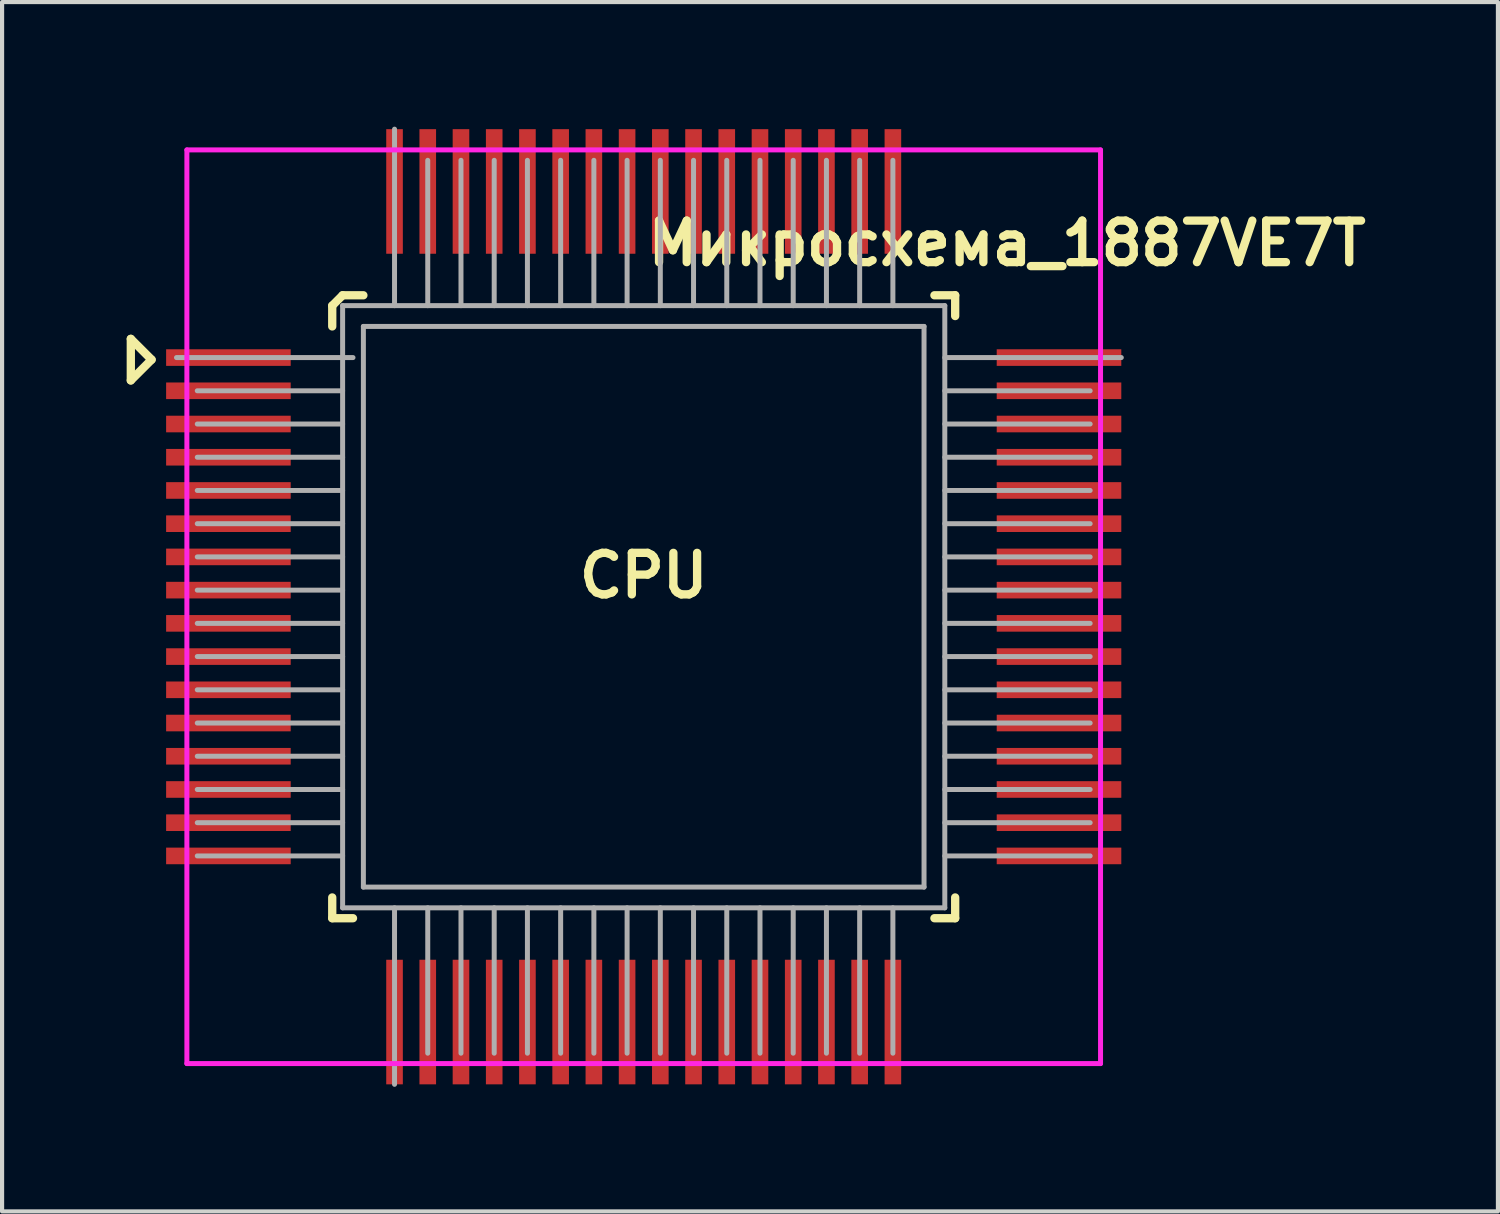
<source format=kicad_pcb>
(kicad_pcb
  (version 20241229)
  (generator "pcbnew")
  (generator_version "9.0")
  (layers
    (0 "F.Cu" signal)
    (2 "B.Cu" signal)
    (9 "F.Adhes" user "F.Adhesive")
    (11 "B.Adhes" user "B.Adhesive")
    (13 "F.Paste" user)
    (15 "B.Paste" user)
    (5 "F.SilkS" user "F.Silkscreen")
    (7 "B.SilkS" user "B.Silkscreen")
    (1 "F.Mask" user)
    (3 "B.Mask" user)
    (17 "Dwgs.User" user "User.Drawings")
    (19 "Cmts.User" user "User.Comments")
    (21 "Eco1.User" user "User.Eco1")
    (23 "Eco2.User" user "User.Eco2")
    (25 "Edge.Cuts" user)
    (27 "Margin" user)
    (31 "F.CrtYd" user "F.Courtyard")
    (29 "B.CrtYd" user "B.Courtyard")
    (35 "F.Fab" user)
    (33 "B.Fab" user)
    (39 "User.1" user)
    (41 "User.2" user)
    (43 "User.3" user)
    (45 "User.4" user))
  (footprint "Микросхема_1887VE7T"
    (layer "F.Cu")
    (at 12.45 11.56)
    (property "Reference" "Микросхема_1887VE7T" (at 8.75 -8.75 180) (layer "F.SilkS") (effects (font (size 1 1) (thickness 0.2))))
    (attr through_hole)
    (fp_line (start -12.35 -6.45) (end -11.85 -5.95) (stroke (width 0.2) (type solid)) (layer "F.SilkS"))
    (fp_line (start -12.35 -5.45) (end -12.35 -6.45) (stroke (width 0.2) (type solid)) (layer "F.SilkS"))
    (fp_line (start -11.85 -5.95) (end -12.35 -5.45) (stroke (width 0.2) (type solid)) (layer "F.SilkS"))
    (fp_line (start -7.5 -6.75) (end -7.5 -7.25) (stroke (width 0.2) (type solid)) (layer "F.SilkS"))
    (fp_line (start -7.5 7) (end -7.5 7.5) (stroke (width 0.2) (type solid)) (layer "F.SilkS"))
    (fp_line (start -7.5 7.5) (end -7 7.5) (stroke (width 0.2) (type solid)) (layer "F.SilkS"))
    (fp_line (start -7.25 -7.5) (end -7.5 -7.25) (stroke (width 0.2) (type solid)) (layer "F.SilkS"))
    (fp_line (start -7.25 -7.5) (end -6.75 -7.5) (stroke (width 0.2) (type solid)) (layer "F.SilkS"))
    (fp_line (start 7 -7.5) (end 7.5 -7.5) (stroke (width 0.2) (type solid)) (layer "F.SilkS"))
    (fp_line (start 7 7.5) (end 7.5 7.5) (stroke (width 0.2) (type solid)) (layer "F.SilkS"))
    (fp_line (start 7.5 -7.5) (end 7.5 -7) (stroke (width 0.2) (type solid)) (layer "F.SilkS"))
    (fp_line (start 7.5 7.5) (end 7.5 7) (stroke (width 0.2) (type solid)) (layer "F.SilkS"))
    (fp_line (start -11 -11) (end 11 -11) (stroke (width 0.12) (type solid)) (layer "F.CrtYd"))
    (fp_line (start -11 11) (end -11 -11) (stroke (width 0.12) (type solid)) (layer "F.CrtYd"))
    (fp_line (start 11 -11) (end 11 11) (stroke (width 0.12) (type solid)) (layer "F.CrtYd"))
    (fp_line (start 11 11) (end -11 11) (stroke (width 0.12) (type solid)) (layer "F.CrtYd"))
    (fp_line (start -7.25 -7.25) (end 7.25 -7.25) (stroke (width 0.12) (type solid)) (layer "F.Fab"))
    (fp_line (start -7.25 -5.2) (end -10.75 -5.2) (stroke (width 0.12) (type solid)) (layer "F.Fab"))
    (fp_line (start -7.25 -4.4) (end -10.75 -4.4) (stroke (width 0.12) (type solid)) (layer "F.Fab"))
    (fp_line (start -7.25 -3.6) (end -10.75 -3.6) (stroke (width 0.12) (type solid)) (layer "F.Fab"))
    (fp_line (start -7.25 -2.8) (end -10.75 -2.8) (stroke (width 0.12) (type solid)) (layer "F.Fab"))
    (fp_line (start -7.25 -2) (end -10.75 -2) (stroke (width 0.12) (type solid)) (layer "F.Fab"))
    (fp_line (start -7.25 -1.2) (end -10.75 -1.2) (stroke (width 0.12) (type solid)) (layer "F.Fab"))
    (fp_line (start -7.25 -0.4) (end -10.75 -0.4) (stroke (width 0.12) (type solid)) (layer "F.Fab"))
    (fp_line (start -7.25 0.4) (end -10.75 0.4) (stroke (width 0.12) (type solid)) (layer "F.Fab"))
    (fp_line (start -7.25 1.2) (end -10.75 1.2) (stroke (width 0.12) (type solid)) (layer "F.Fab"))
    (fp_line (start -7.25 2) (end -10.75 2) (stroke (width 0.12) (type solid)) (layer "F.Fab"))
    (fp_line (start -7.25 2.8) (end -10.75 2.8) (stroke (width 0.12) (type solid)) (layer "F.Fab"))
    (fp_line (start -7.25 3.6) (end -10.75 3.6) (stroke (width 0.12) (type solid)) (layer "F.Fab"))
    (fp_line (start -7.25 4.4) (end -10.75 4.4) (stroke (width 0.12) (type solid)) (layer "F.Fab"))
    (fp_line (start -7.25 5.2) (end -10.75 5.2) (stroke (width 0.12) (type solid)) (layer "F.Fab"))
    (fp_line (start -7.25 6) (end -10.75 6) (stroke (width 0.12) (type solid)) (layer "F.Fab"))
    (fp_line (start -7.25 7.25) (end -7.25 -7.25) (stroke (width 0.12) (type solid)) (layer "F.Fab"))
    (fp_line (start -7 -6) (end -11.25 -6) (stroke (width 0.12) (type solid)) (layer "F.Fab"))
    (fp_line (start -6.75 -6.75) (end 6.75 -6.75) (stroke (width 0.12) (type solid)) (layer "F.Fab"))
    (fp_line (start -6.75 6.75) (end -6.75 -6.75) (stroke (width 0.12) (type solid)) (layer "F.Fab"))
    (fp_line (start -6 -11.5) (end -6 -7.25) (stroke (width 0.12) (type solid)) (layer "F.Fab"))
    (fp_line (start -6 7.25) (end -6 11.5) (stroke (width 0.12) (type solid)) (layer "F.Fab"))
    (fp_line (start -5.2 -10.75) (end -5.2 -7.25) (stroke (width 0.12) (type solid)) (layer "F.Fab"))
    (fp_line (start -5.2 7.25) (end -5.2 10.75) (stroke (width 0.12) (type solid)) (layer "F.Fab"))
    (fp_line (start -4.4 -10.75) (end -4.4 -7.25) (stroke (width 0.12) (type solid)) (layer "F.Fab"))
    (fp_line (start -4.4 7.25) (end -4.4 10.75) (stroke (width 0.12) (type solid)) (layer "F.Fab"))
    (fp_line (start -3.6 -10.75) (end -3.6 -7.25) (stroke (width 0.12) (type solid)) (layer "F.Fab"))
    (fp_line (start -3.6 7.25) (end -3.6 10.75) (stroke (width 0.12) (type solid)) (layer "F.Fab"))
    (fp_line (start -2.8 -10.75) (end -2.8 -7.25) (stroke (width 0.12) (type solid)) (layer "F.Fab"))
    (fp_line (start -2.8 7.25) (end -2.8 10.75) (stroke (width 0.12) (type solid)) (layer "F.Fab"))
    (fp_line (start -2 -10.75) (end -2 -7.25) (stroke (width 0.12) (type solid)) (layer "F.Fab"))
    (fp_line (start -2 7.25) (end -2 10.75) (stroke (width 0.12) (type solid)) (layer "F.Fab"))
    (fp_line (start -1.2 -10.75) (end -1.2 -7.25) (stroke (width 0.12) (type solid)) (layer "F.Fab"))
    (fp_line (start -1.2 7.25) (end -1.2 10.75) (stroke (width 0.12) (type solid)) (layer "F.Fab"))
    (fp_line (start -0.4 -10.75) (end -0.4 -7.25) (stroke (width 0.12) (type solid)) (layer "F.Fab"))
    (fp_line (start -0.4 7.25) (end -0.4 10.75) (stroke (width 0.12) (type solid)) (layer "F.Fab"))
    (fp_line (start 0.4 -10.75) (end 0.4 -7.25) (stroke (width 0.12) (type solid)) (layer "F.Fab"))
    (fp_line (start 0.4 7.25) (end 0.4 10.75) (stroke (width 0.12) (type solid)) (layer "F.Fab"))
    (fp_line (start 1.2 -10.75) (end 1.2 -7.25) (stroke (width 0.12) (type solid)) (layer "F.Fab"))
    (fp_line (start 1.2 7.25) (end 1.2 10.75) (stroke (width 0.12) (type solid)) (layer "F.Fab"))
    (fp_line (start 2 -10.75) (end 2 -7.25) (stroke (width 0.12) (type solid)) (layer "F.Fab"))
    (fp_line (start 2 7.25) (end 2 10.75) (stroke (width 0.12) (type solid)) (layer "F.Fab"))
    (fp_line (start 2.8 -10.75) (end 2.8 -7.25) (stroke (width 0.12) (type solid)) (layer "F.Fab"))
    (fp_line (start 2.8 7.25) (end 2.8 10.75) (stroke (width 0.12) (type solid)) (layer "F.Fab"))
    (fp_line (start 3.6 -10.75) (end 3.6 -7.25) (stroke (width 0.12) (type solid)) (layer "F.Fab"))
    (fp_line (start 3.6 7.25) (end 3.6 10.75) (stroke (width 0.12) (type solid)) (layer "F.Fab"))
    (fp_line (start 4.4 -10.75) (end 4.4 -7.25) (stroke (width 0.12) (type solid)) (layer "F.Fab"))
    (fp_line (start 4.4 7.25) (end 4.4 10.75) (stroke (width 0.12) (type solid)) (layer "F.Fab"))
    (fp_line (start 5.2 -10.75) (end 5.2 -7.25) (stroke (width 0.12) (type solid)) (layer "F.Fab"))
    (fp_line (start 5.2 7.25) (end 5.2 10.75) (stroke (width 0.12) (type solid)) (layer "F.Fab"))
    (fp_line (start 6 -10.75) (end 6 -7.25) (stroke (width 0.12) (type solid)) (layer "F.Fab"))
    (fp_line (start 6 7.25) (end 6 10.75) (stroke (width 0.12) (type solid)) (layer "F.Fab"))
    (fp_line (start 6.75 -6.75) (end 6.75 6.75) (stroke (width 0.12) (type solid)) (layer "F.Fab"))
    (fp_line (start 6.75 6.75) (end -6.75 6.75) (stroke (width 0.12) (type solid)) (layer "F.Fab"))
    (fp_line (start 7.25 -7.25) (end 7.25 7.25) (stroke (width 0.12) (type solid)) (layer "F.Fab"))
    (fp_line (start 7.25 -6) (end 11.5 -6) (stroke (width 0.12) (type solid)) (layer "F.Fab"))
    (fp_line (start 7.25 -5.2) (end 10.75 -5.2) (stroke (width 0.12) (type solid)) (layer "F.Fab"))
    (fp_line (start 7.25 -4.4) (end 10.75 -4.4) (stroke (width 0.12) (type solid)) (layer "F.Fab"))
    (fp_line (start 7.25 -3.6) (end 10.75 -3.6) (stroke (width 0.12) (type solid)) (layer "F.Fab"))
    (fp_line (start 7.25 -2.8) (end 10.75 -2.8) (stroke (width 0.12) (type solid)) (layer "F.Fab"))
    (fp_line (start 7.25 -2) (end 10.75 -2) (stroke (width 0.12) (type solid)) (layer "F.Fab"))
    (fp_line (start 7.25 -1.2) (end 10.75 -1.2) (stroke (width 0.12) (type solid)) (layer "F.Fab"))
    (fp_line (start 7.25 -0.4) (end 10.75 -0.4) (stroke (width 0.12) (type solid)) (layer "F.Fab"))
    (fp_line (start 7.25 0.4) (end 10.75 0.4) (stroke (width 0.12) (type solid)) (layer "F.Fab"))
    (fp_line (start 7.25 1.2) (end 10.75 1.2) (stroke (width 0.12) (type solid)) (layer "F.Fab"))
    (fp_line (start 7.25 2) (end 10.75 2) (stroke (width 0.12) (type solid)) (layer "F.Fab"))
    (fp_line (start 7.25 2.8) (end 10.75 2.8) (stroke (width 0.12) (type solid)) (layer "F.Fab"))
    (fp_line (start 7.25 3.6) (end 10.75 3.6) (stroke (width 0.12) (type solid)) (layer "F.Fab"))
    (fp_line (start 7.25 4.4) (end 10.75 4.4) (stroke (width 0.12) (type solid)) (layer "F.Fab"))
    (fp_line (start 7.25 5.2) (end 10.75 5.2) (stroke (width 0.12) (type solid)) (layer "F.Fab"))
    (fp_line (start 7.25 6) (end 10.75 6) (stroke (width 0.12) (type solid)) (layer "F.Fab"))
    (fp_line (start 7.25 7.25) (end -7.25 7.25) (stroke (width 0.12) (type solid)) (layer "F.Fab"))
    (fp_text user "CPU" (at 0 -0.75 0) (layer "F.SilkS") (effects (font (size 1 1) (thickness 0.2))))
    (pad "1" smd rect (at -10 -6) (size 3 0.4) (layers "F.Cu" "F.Mask" "F.Paste"))
    (pad "2" smd rect (at -10 -5.2) (size 3 0.4) (layers "F.Cu" "F.Mask" "F.Paste"))
    (pad "3" smd rect (at -10 -4.4) (size 3 0.4) (layers "F.Cu" "F.Mask" "F.Paste"))
    (pad "4" smd rect (at -10 -3.6) (size 3 0.4) (layers "F.Cu" "F.Mask" "F.Paste"))
    (pad "5" smd rect (at -10 -2.8) (size 3 0.4) (layers "F.Cu" "F.Mask" "F.Paste"))
    (pad "6" smd rect (at -10 -2) (size 3 0.4) (layers "F.Cu" "F.Mask" "F.Paste"))
    (pad "7" smd rect (at -10 -1.2) (size 3 0.4) (layers "F.Cu" "F.Mask" "F.Paste"))
    (pad "8" smd rect (at -10 -0.4) (size 3 0.4) (layers "F.Cu" "F.Mask" "F.Paste"))
    (pad "9" smd rect (at -10 0.4) (size 3 0.4) (layers "F.Cu" "F.Mask" "F.Paste"))
    (pad "10" smd rect (at -10 1.2) (size 3 0.4) (layers "F.Cu" "F.Mask" "F.Paste"))
    (pad "11" smd rect (at -10 2) (size 3 0.4) (layers "F.Cu" "F.Mask" "F.Paste"))
    (pad "12" smd rect (at -10 2.8) (size 3 0.4) (layers "F.Cu" "F.Mask" "F.Paste"))
    (pad "13" smd rect (at -10 3.6) (size 3 0.4) (layers "F.Cu" "F.Mask" "F.Paste"))
    (pad "14" smd rect (at -10 4.4) (size 3 0.4) (layers "F.Cu" "F.Mask" "F.Paste"))
    (pad "15" smd rect (at -10 5.2) (size 3 0.4) (layers "F.Cu" "F.Mask" "F.Paste"))
    (pad "16" smd rect (at -10 6) (size 3 0.4) (layers "F.Cu" "F.Mask" "F.Paste"))
    (pad "17" smd rect (at -6 10) (size 0.4 3) (layers "F.Cu" "F.Mask" "F.Paste"))
    (pad "18" smd rect (at -5.2 10) (size 0.4 3) (layers "F.Cu" "F.Mask" "F.Paste"))
    (pad "19" smd rect (at -4.4 10) (size 0.4 3) (layers "F.Cu" "F.Mask" "F.Paste"))
    (pad "20" smd rect (at -3.6 10) (size 0.4 3) (layers "F.Cu" "F.Mask" "F.Paste"))
    (pad "21" smd rect (at -2.8 10) (size 0.4 3) (layers "F.Cu" "F.Mask" "F.Paste"))
    (pad "22" smd rect (at -2 10) (size 0.4 3) (layers "F.Cu" "F.Mask" "F.Paste"))
    (pad "23" smd rect (at -1.2 10) (size 0.4 3) (layers "F.Cu" "F.Mask" "F.Paste"))
    (pad "24" smd rect (at -0.4 10) (size 0.4 3) (layers "F.Cu" "F.Mask" "F.Paste"))
    (pad "25" smd rect (at 0.4 10) (size 0.4 3) (layers "F.Cu" "F.Mask" "F.Paste"))
    (pad "26" smd rect (at 1.2 10) (size 0.4 3) (layers "F.Cu" "F.Mask" "F.Paste"))
    (pad "27" smd rect (at 2 10) (size 0.4 3) (layers "F.Cu" "F.Mask" "F.Paste"))
    (pad "28" smd rect (at 2.8 10) (size 0.4 3) (layers "F.Cu" "F.Mask" "F.Paste"))
    (pad "29" smd rect (at 3.6 10) (size 0.4 3) (layers "F.Cu" "F.Mask" "F.Paste"))
    (pad "30" smd rect (at 4.4 10) (size 0.4 3) (layers "F.Cu" "F.Mask" "F.Paste"))
    (pad "31" smd rect (at 5.2 10) (size 0.4 3) (layers "F.Cu" "F.Mask" "F.Paste"))
    (pad "32" smd rect (at 6 10) (size 0.4 3) (layers "F.Cu" "F.Mask" "F.Paste"))
    (pad "33" smd rect (at 10 6) (size 3 0.4) (layers "F.Cu" "F.Mask" "F.Paste"))
    (pad "34" smd rect (at 10 5.2) (size 3 0.4) (layers "F.Cu" "F.Mask" "F.Paste"))
    (pad "35" smd rect (at 10 4.4) (size 3 0.4) (layers "F.Cu" "F.Mask" "F.Paste"))
    (pad "36" smd rect (at 10 3.6) (size 3 0.4) (layers "F.Cu" "F.Mask" "F.Paste"))
    (pad "37" smd rect (at 10 2.8) (size 3 0.4) (layers "F.Cu" "F.Mask" "F.Paste"))
    (pad "38" smd rect (at 10 2) (size 3 0.4) (layers "F.Cu" "F.Mask" "F.Paste"))
    (pad "39" smd rect (at 10 1.2) (size 3 0.4) (layers "F.Cu" "F.Mask" "F.Paste"))
    (pad "40" smd rect (at 10 0.4) (size 3 0.4) (layers "F.Cu" "F.Mask" "F.Paste"))
    (pad "41" smd rect (at 10 -0.4) (size 3 0.4) (layers "F.Cu" "F.Mask" "F.Paste"))
    (pad "42" smd rect (at 10 -1.2) (size 3 0.4) (layers "F.Cu" "F.Mask" "F.Paste"))
    (pad "43" smd rect (at 10 -2) (size 3 0.4) (layers "F.Cu" "F.Mask" "F.Paste"))
    (pad "44" smd rect (at 10 -2.8) (size 3 0.4) (layers "F.Cu" "F.Mask" "F.Paste"))
    (pad "45" smd rect (at 10 -3.6) (size 3 0.4) (layers "F.Cu" "F.Mask" "F.Paste"))
    (pad "46" smd rect (at 10 -4.4) (size 3 0.4) (layers "F.Cu" "F.Mask" "F.Paste"))
    (pad "47" smd rect (at 10 -5.2) (size 3 0.4) (layers "F.Cu" "F.Mask" "F.Paste"))
    (pad "48" smd rect (at 10 -6) (size 3 0.4) (layers "F.Cu" "F.Mask" "F.Paste"))
    (pad "49" smd rect (at 6 -10) (size 0.4 3) (layers "F.Cu" "F.Mask" "F.Paste"))
    (pad "50" smd rect (at 5.2 -10) (size 0.4 3) (layers "F.Cu" "F.Mask" "F.Paste"))
    (pad "51" smd rect (at 4.4 -10) (size 0.4 3) (layers "F.Cu" "F.Mask" "F.Paste"))
    (pad "52" smd rect (at 3.6 -10) (size 0.4 3) (layers "F.Cu" "F.Mask" "F.Paste"))
    (pad "53" smd rect (at 2.8 -10) (size 0.4 3) (layers "F.Cu" "F.Mask" "F.Paste"))
    (pad "54" smd rect (at 2 -10) (size 0.4 3) (layers "F.Cu" "F.Mask" "F.Paste"))
    (pad "55" smd rect (at 1.2 -10) (size 0.4 3) (layers "F.Cu" "F.Mask" "F.Paste"))
    (pad "56" smd rect (at 0.4 -10) (size 0.4 3) (layers "F.Cu" "F.Mask" "F.Paste"))
    (pad "57" smd rect (at -0.4 -10) (size 0.4 3) (layers "F.Cu" "F.Mask" "F.Paste"))
    (pad "58" smd rect (at -1.2 -10) (size 0.4 3) (layers "F.Cu" "F.Mask" "F.Paste"))
    (pad "59" smd rect (at -2 -10) (size 0.4 3) (layers "F.Cu" "F.Mask" "F.Paste"))
    (pad "60" smd rect (at -2.8 -10) (size 0.4 3) (layers "F.Cu" "F.Mask" "F.Paste"))
    (pad "61" smd rect (at -3.6 -10) (size 0.4 3) (layers "F.Cu" "F.Mask" "F.Paste"))
    (pad "62" smd rect (at -4.4 -10) (size 0.4 3) (layers "F.Cu" "F.Mask" "F.Paste"))
    (pad "63" smd rect (at -5.2 -10) (size 0.4 3) (layers "F.Cu" "F.Mask" "F.Paste"))
    (pad "64" smd rect (at -6 -10) (size 0.4 3) (layers "F.Cu" "F.Mask" "F.Paste")))
  (gr_rect
    (start -3 -3)
    (end 33.019 26.12)
    (stroke (width 0.1) (type default))
    (fill no)
    (layer "Edge.Cuts")))
</source>
